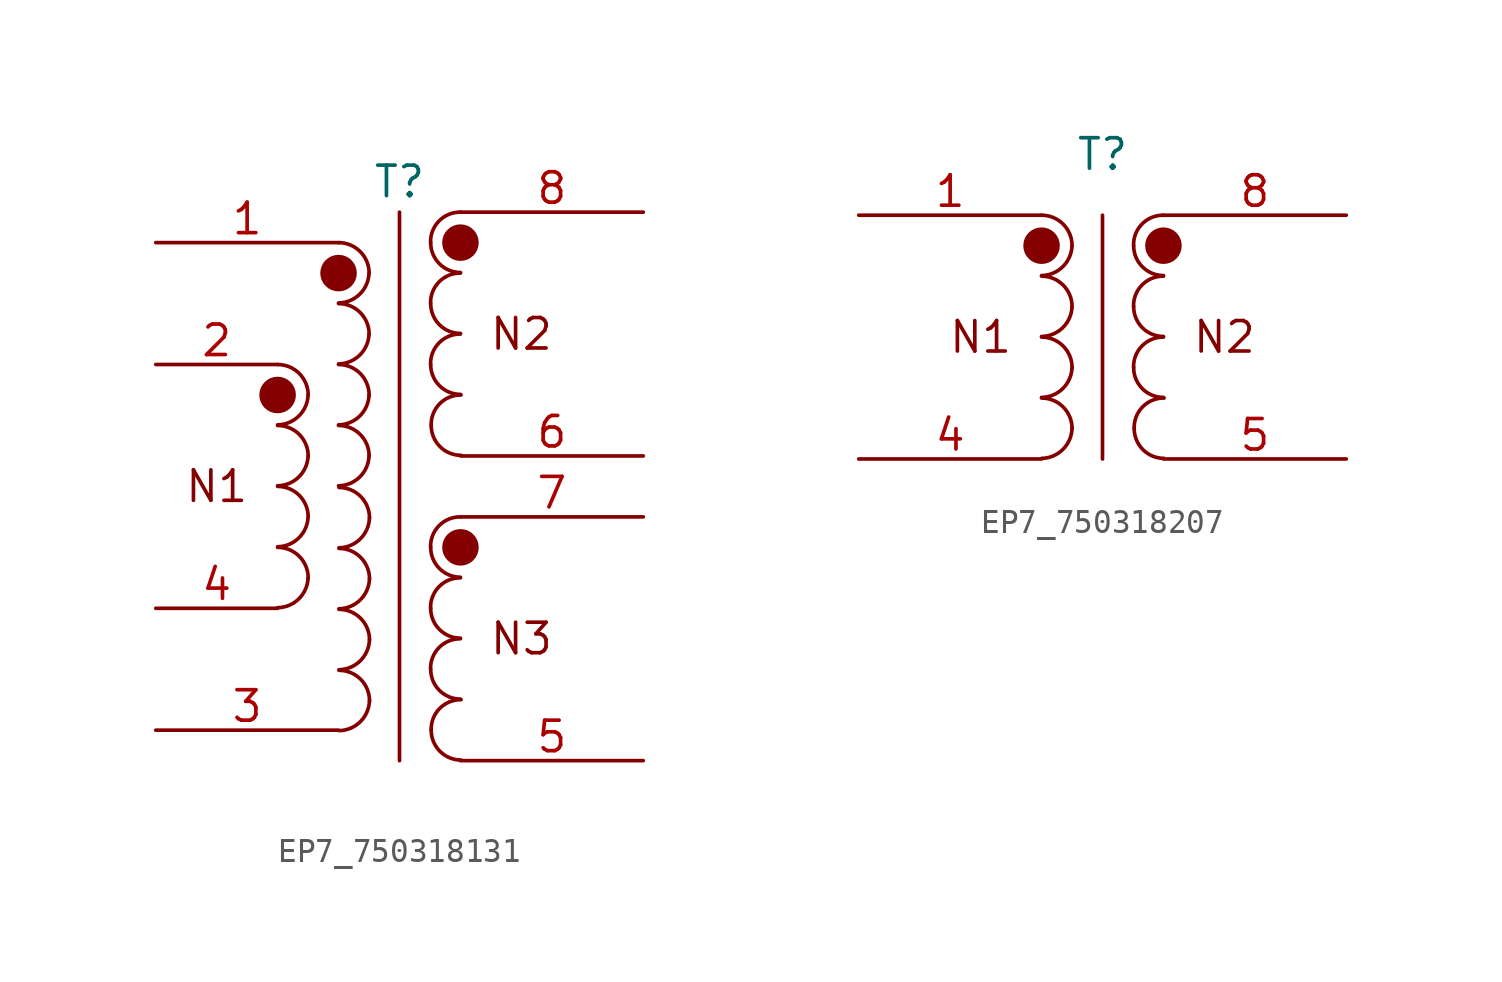
<source format=kicad_sym>
(kicad_symbol_lib
  (version 20220914)
  (generator kicad_symbol_editor)
  (symbol "EP7_750318131"
    (pin_names hide)
    (property "Reference" "T"
      (at 0 12.7 0)
      (effects (font (size 1.27 1.27))))
    (property "Critical Parameter" ""
      (at 0 -5.08 0)
      (effects (font (size 1.27 1.27))))
    (symbol "EP7_750318131_0_1"
      (arc (start -5.08 -5.0546) (mid -4.1961 -4.6863) (end -3.81 -3.81) (stroke (width 0) (type default)) (fill (type none)))
      (arc (start -5.08 -2.5146) (mid -4.1961 -2.1463) (end -3.81 -1.27) (stroke (width 0) (type default)) (fill (type none)))
      (arc (start -5.08 0.0254) (mid -4.1961 0.3937) (end -3.81 1.27) (stroke (width 0) (type default)) (fill (type none)))
      (arc (start -5.08 2.5654) (mid -4.1961 2.9337) (end -3.81 3.81) (stroke (width 0) (type default)) (fill (type none)))
      (arc (start -3.81 -3.81) (mid -4.182 -2.912) (end -5.08 -2.54) (stroke (width 0) (type default)) (fill (type none)))
      (arc (start -3.81 -1.27) (mid -4.182 -0.372) (end -5.08 0) (stroke (width 0) (type default)) (fill (type none)))
      (arc (start -3.81 1.27) (mid -4.182 2.168) (end -5.08 2.54) (stroke (width 0) (type default)) (fill (type none)))
      (arc (start -3.81 3.81) (mid -4.182 4.708) (end -5.08 5.08) (stroke (width 0) (type default)) (fill (type none)))
      (arc (start -2.54 0.0254) (mid -1.6561 0.3937) (end -1.27 1.27) (stroke (width 0) (type default)) (fill (type none)))
      (arc (start -2.54 2.5654) (mid -1.6561 2.9337) (end -1.27 3.81) (stroke (width 0) (type default)) (fill (type none)))
      (arc (start -2.54 5.1054) (mid -1.6561 5.4737) (end -1.27 6.35) (stroke (width 0) (type default)) (fill (type none)))
      (arc (start -2.54 7.6454) (mid -1.6561 8.0137) (end -1.27 8.89) (stroke (width 0) (type default)) (fill (type none)))
      (arc (start -2.5215 -10.1791) (mid -1.6376 -9.8108) (end -1.2515 -8.9345) (stroke (width 0) (type default)) (fill (type none)))
      (arc (start -2.5215 -7.6391) (mid -1.6376 -7.2708) (end -1.2515 -6.3945) (stroke (width 0) (type default)) (fill (type none)))
      (arc (start -2.5215 -5.0991) (mid -1.6376 -4.7308) (end -1.2515 -3.8545) (stroke (width 0) (type default)) (fill (type none)))
      (arc (start -2.5215 -2.5591) (mid -1.6376 -2.1908) (end -1.2515 -1.3145) (stroke (width 0) (type default)) (fill (type none)))
      (arc (start -1.27 1.27) (mid -1.642 2.168) (end -2.54 2.54) (stroke (width 0) (type default)) (fill (type none)))
      (arc (start -1.27 3.81) (mid -1.642 4.708) (end -2.54 5.08) (stroke (width 0) (type default)) (fill (type none)))
      (arc (start -1.27 6.35) (mid -1.642 7.248) (end -2.54 7.62) (stroke (width 0) (type default)) (fill (type none)))
      (arc (start -1.27 8.89) (mid -1.642 9.788) (end -2.54 10.16) (stroke (width 0) (type default)) (fill (type none)))
      (arc (start -1.2515 -8.9345) (mid -1.6235 -8.0365) (end -2.5215 -7.6645) (stroke (width 0) (type default)) (fill (type none)))
      (arc (start -1.2515 -6.3945) (mid -1.6235 -5.4965) (end -2.5215 -5.1245) (stroke (width 0) (type default)) (fill (type none)))
      (arc (start -1.2515 -3.8545) (mid -1.6235 -2.9565) (end -2.5215 -2.5845) (stroke (width 0) (type default)) (fill (type none)))
      (arc (start -1.2515 -1.3145) (mid -1.6235 -0.4165) (end -2.5215 -0.0445) (stroke (width 0) (type default)) (fill (type none)))
      (polyline (pts (xy 0 11.43) (xy 0 -11.43)) (stroke (width 0) (type default)) (fill (type none)))
      (arc (start 1.2954 -7.62) (mid 1.66 -8.4999) (end 2.54 -8.8646) (stroke (width 0) (type default)) (fill (type none)))
      (arc (start 1.2954 -5.08) (mid 1.66 -5.9599) (end 2.54 -6.3246) (stroke (width 0) (type default)) (fill (type none)))
      (arc (start 1.2954 -2.54) (mid 1.66 -3.4199) (end 2.54 -3.7846) (stroke (width 0) (type default)) (fill (type none)))
      (arc (start 1.2954 5.08) (mid 1.66 4.2001) (end 2.54 3.8354) (stroke (width 0) (type default)) (fill (type none)))
      (arc (start 1.2954 7.62) (mid 1.66 6.7401) (end 2.54 6.3754) (stroke (width 0) (type default)) (fill (type none)))
      (arc (start 1.2954 10.16) (mid 1.66 9.2801) (end 2.54 8.9154) (stroke (width 0) (type default)) (fill (type none)))
      (arc (start 1.3208 -10.16) (mid 1.6855 -11.0399) (end 2.5654 -11.4046) (stroke (width 0) (type default)) (fill (type none)))
      (arc (start 1.3208 2.54) (mid 1.6855 1.6601) (end 2.5654 1.2954) (stroke (width 0) (type default)) (fill (type none)))
      (arc (start 2.54 -6.35) (mid 1.6461 -6.7186) (end 1.2954 -7.62) (stroke (width 0) (type default)) (fill (type none)))
      (arc (start 2.54 -3.81) (mid 1.6461 -4.1786) (end 1.2954 -5.08) (stroke (width 0) (type default)) (fill (type none)))
      (arc (start 2.54 -1.27) (mid 1.6461 -1.6386) (end 1.2954 -2.54) (stroke (width 0) (type default)) (fill (type none)))
      (arc (start 2.54 6.35) (mid 1.6461 5.9814) (end 1.2954 5.08) (stroke (width 0) (type default)) (fill (type none)))
      (arc (start 2.54 8.89) (mid 1.6461 8.5214) (end 1.2954 7.62) (stroke (width 0) (type default)) (fill (type none)))
      (arc (start 2.54 11.43) (mid 1.6461 11.0614) (end 1.2954 10.16) (stroke (width 0) (type default)) (fill (type none)))
      (arc (start 2.5654 -8.89) (mid 1.6705 -9.2581) (end 1.3208 -10.16) (stroke (width 0) (type default)) (fill (type none)))
      (arc (start 2.5654 3.81) (mid 1.6705 3.4419) (end 1.3208 2.54) (stroke (width 0) (type default)) (fill (type none))))
    (symbol "EP7_750318131_1_1"
      (circle (center -5.08 3.81) (radius 0.0001) (stroke (width 0.762) (type default)) (fill (type none)))
      (circle (center -2.54 8.89) (radius 0.0001) (stroke (width 0.762) (type default)) (fill (type none)))
      (circle (center 2.54 -2.54) (radius 0.0001) (stroke (width 0.762) (type default)) (fill (type none)))
      (circle (center 2.54 10.16) (radius 0.0001) (stroke (width 0.762) (type default)) (fill (type none)))
      (text "N1" (at -7.62 0 0) (effects (font (size 1.27 1.27))))
      (text "N2" (at 5.08 6.35 0) (effects (font (size 1.27 1.27))))
      (text "N3" (at 5.08 -6.35 0) (effects (font (size 1.27 1.27))))
      (pin passive line (at -10.16 10.16 0) (length 7.62) (name "1" (effects (font (size 1.27 1.27)))) (number "1" (effects (font (size 1.27 1.27)))))
      (pin passive line (at -10.16 5.08 0) (length 5.08) (name "2" (effects (font (size 1.27 1.27)))) (number "2" (effects (font (size 1.27 1.27)))))
      (pin passive line (at -10.16 -10.16 0) (length 7.62) (name "3" (effects (font (size 1.27 1.27)))) (number "3" (effects (font (size 1.27 1.27)))))
      (pin passive line (at -10.16 -5.08 0) (length 5.08) (name "4" (effects (font (size 1.27 1.27)))) (number "4" (effects (font (size 1.27 1.27)))))
      (pin passive line (at 10.16 -11.43 180) (length 7.62) (name "5" (effects (font (size 1.27 1.27)))) (number "5" (effects (font (size 1.27 1.27)))))
      (pin passive line (at 10.16 1.27 180) (length 7.62) (name "6" (effects (font (size 1.27 1.27)))) (number "6" (effects (font (size 1.27 1.27)))))
      (pin passive line (at 10.16 -1.27 180) (length 7.62) (name "7" (effects (font (size 1.27 1.27)))) (number "7" (effects (font (size 1.27 1.27)))))
      (pin passive line (at 10.16 11.43 180) (length 7.62) (name "8" (effects (font (size 1.27 1.27)))) (number "8" (effects (font (size 1.27 1.27)))))))
  (symbol "EP7_750318207"
    (pin_names hide)
    (property "Reference" "T"
      (at 0 7.62 0)
      (effects (font (size 1.27 1.27))))
    (property "Critical Parameter" ""
      (at 0 -5.08 0)
      (effects (font (size 1.27 1.27))))
    (symbol "EP7_750318207_0_1"
      (arc (start -2.54 -5.0546) (mid -1.6599 -4.6901) (end -1.27 -3.81) (stroke (width 0) (type default)) (fill (type none)))
      (arc (start -2.54 -2.5146) (mid -1.6599 -2.1501) (end -1.27 -1.27) (stroke (width 0) (type default)) (fill (type none)))
      (arc (start -2.54 0.0254) (mid -1.6599 0.3899) (end -1.27 1.27) (stroke (width 0) (type default)) (fill (type none)))
      (arc (start -2.54 2.5654) (mid -1.6599 2.9299) (end -1.27 3.81) (stroke (width 0) (type default)) (fill (type none)))
      (arc (start -1.27 -3.81) (mid -1.642 -2.912) (end -2.54 -2.54) (stroke (width 0) (type default)) (fill (type none)))
      (arc (start -1.27 -1.27) (mid -1.642 -0.372) (end -2.54 0) (stroke (width 0) (type default)) (fill (type none)))
      (arc (start -1.27 1.27) (mid -1.642 2.168) (end -2.54 2.54) (stroke (width 0) (type default)) (fill (type none)))
      (arc (start -1.27 3.81) (mid -1.642 4.708) (end -2.54 5.08) (stroke (width 0) (type default)) (fill (type none)))
      (polyline (pts (xy 0 5.08) (xy 0 -5.08)) (stroke (width 0) (type default)) (fill (type none)))
      (arc (start 1.2954 -1.27) (mid 1.6599 -2.1501) (end 2.54 -2.5146) (stroke (width 0) (type default)) (fill (type none)))
      (arc (start 1.2954 1.27) (mid 1.6599 0.3899) (end 2.54 0.0254) (stroke (width 0) (type default)) (fill (type none)))
      (arc (start 1.2954 3.81) (mid 1.6599 2.9299) (end 2.54 2.5654) (stroke (width 0) (type default)) (fill (type none)))
      (arc (start 1.3208 -3.81) (mid 1.6853 -4.6901) (end 2.5654 -5.0546) (stroke (width 0) (type default)) (fill (type none)))
      (arc (start 2.54 0) (mid 1.642 -0.372) (end 1.2954 -1.27) (stroke (width 0) (type default)) (fill (type none)))
      (arc (start 2.54 2.54) (mid 1.642 2.168) (end 1.2954 1.27) (stroke (width 0) (type default)) (fill (type none)))
      (arc (start 2.54 5.08) (mid 1.642 4.708) (end 1.2954 3.81) (stroke (width 0) (type default)) (fill (type none)))
      (arc (start 2.5654 -2.54) (mid 1.6674 -2.912) (end 1.3208 -3.81) (stroke (width 0) (type default)) (fill (type none))))
    (symbol "EP7_750318207_1_1"
      (circle (center -2.54 3.81) (radius 0.0001) (stroke (width 0.762) (type default)) (fill (type none)))
      (circle (center 2.54 3.81) (radius 0.0001) (stroke (width 0.762) (type default)) (fill (type none)))
      (text "N1" (at -5.08 0 0) (effects (font (size 1.27 1.27))))
      (text "N2" (at 5.08 0 0) (effects (font (size 1.27 1.27))))
      (pin passive line (at -10.16 5.08 0) (length 7.62) (name "1" (effects (font (size 1.27 1.27)))) (number "1" (effects (font (size 1.27 1.27)))))
      (pin passive line (at -10.16 -5.08 0) (length 7.62) (name "4" (effects (font (size 1.27 1.27)))) (number "4" (effects (font (size 1.27 1.27)))))
      (pin passive line (at 10.16 -5.08 180) (length 7.62) (name "5" (effects (font (size 1.27 1.27)))) (number "5" (effects (font (size 1.27 1.27)))))
      (pin passive line (at 10.16 5.08 180) (length 7.62) (name "8" (effects (font (size 1.27 1.27)))) (number "8" (effects (font (size 1.27 1.27))))))))
</source>
